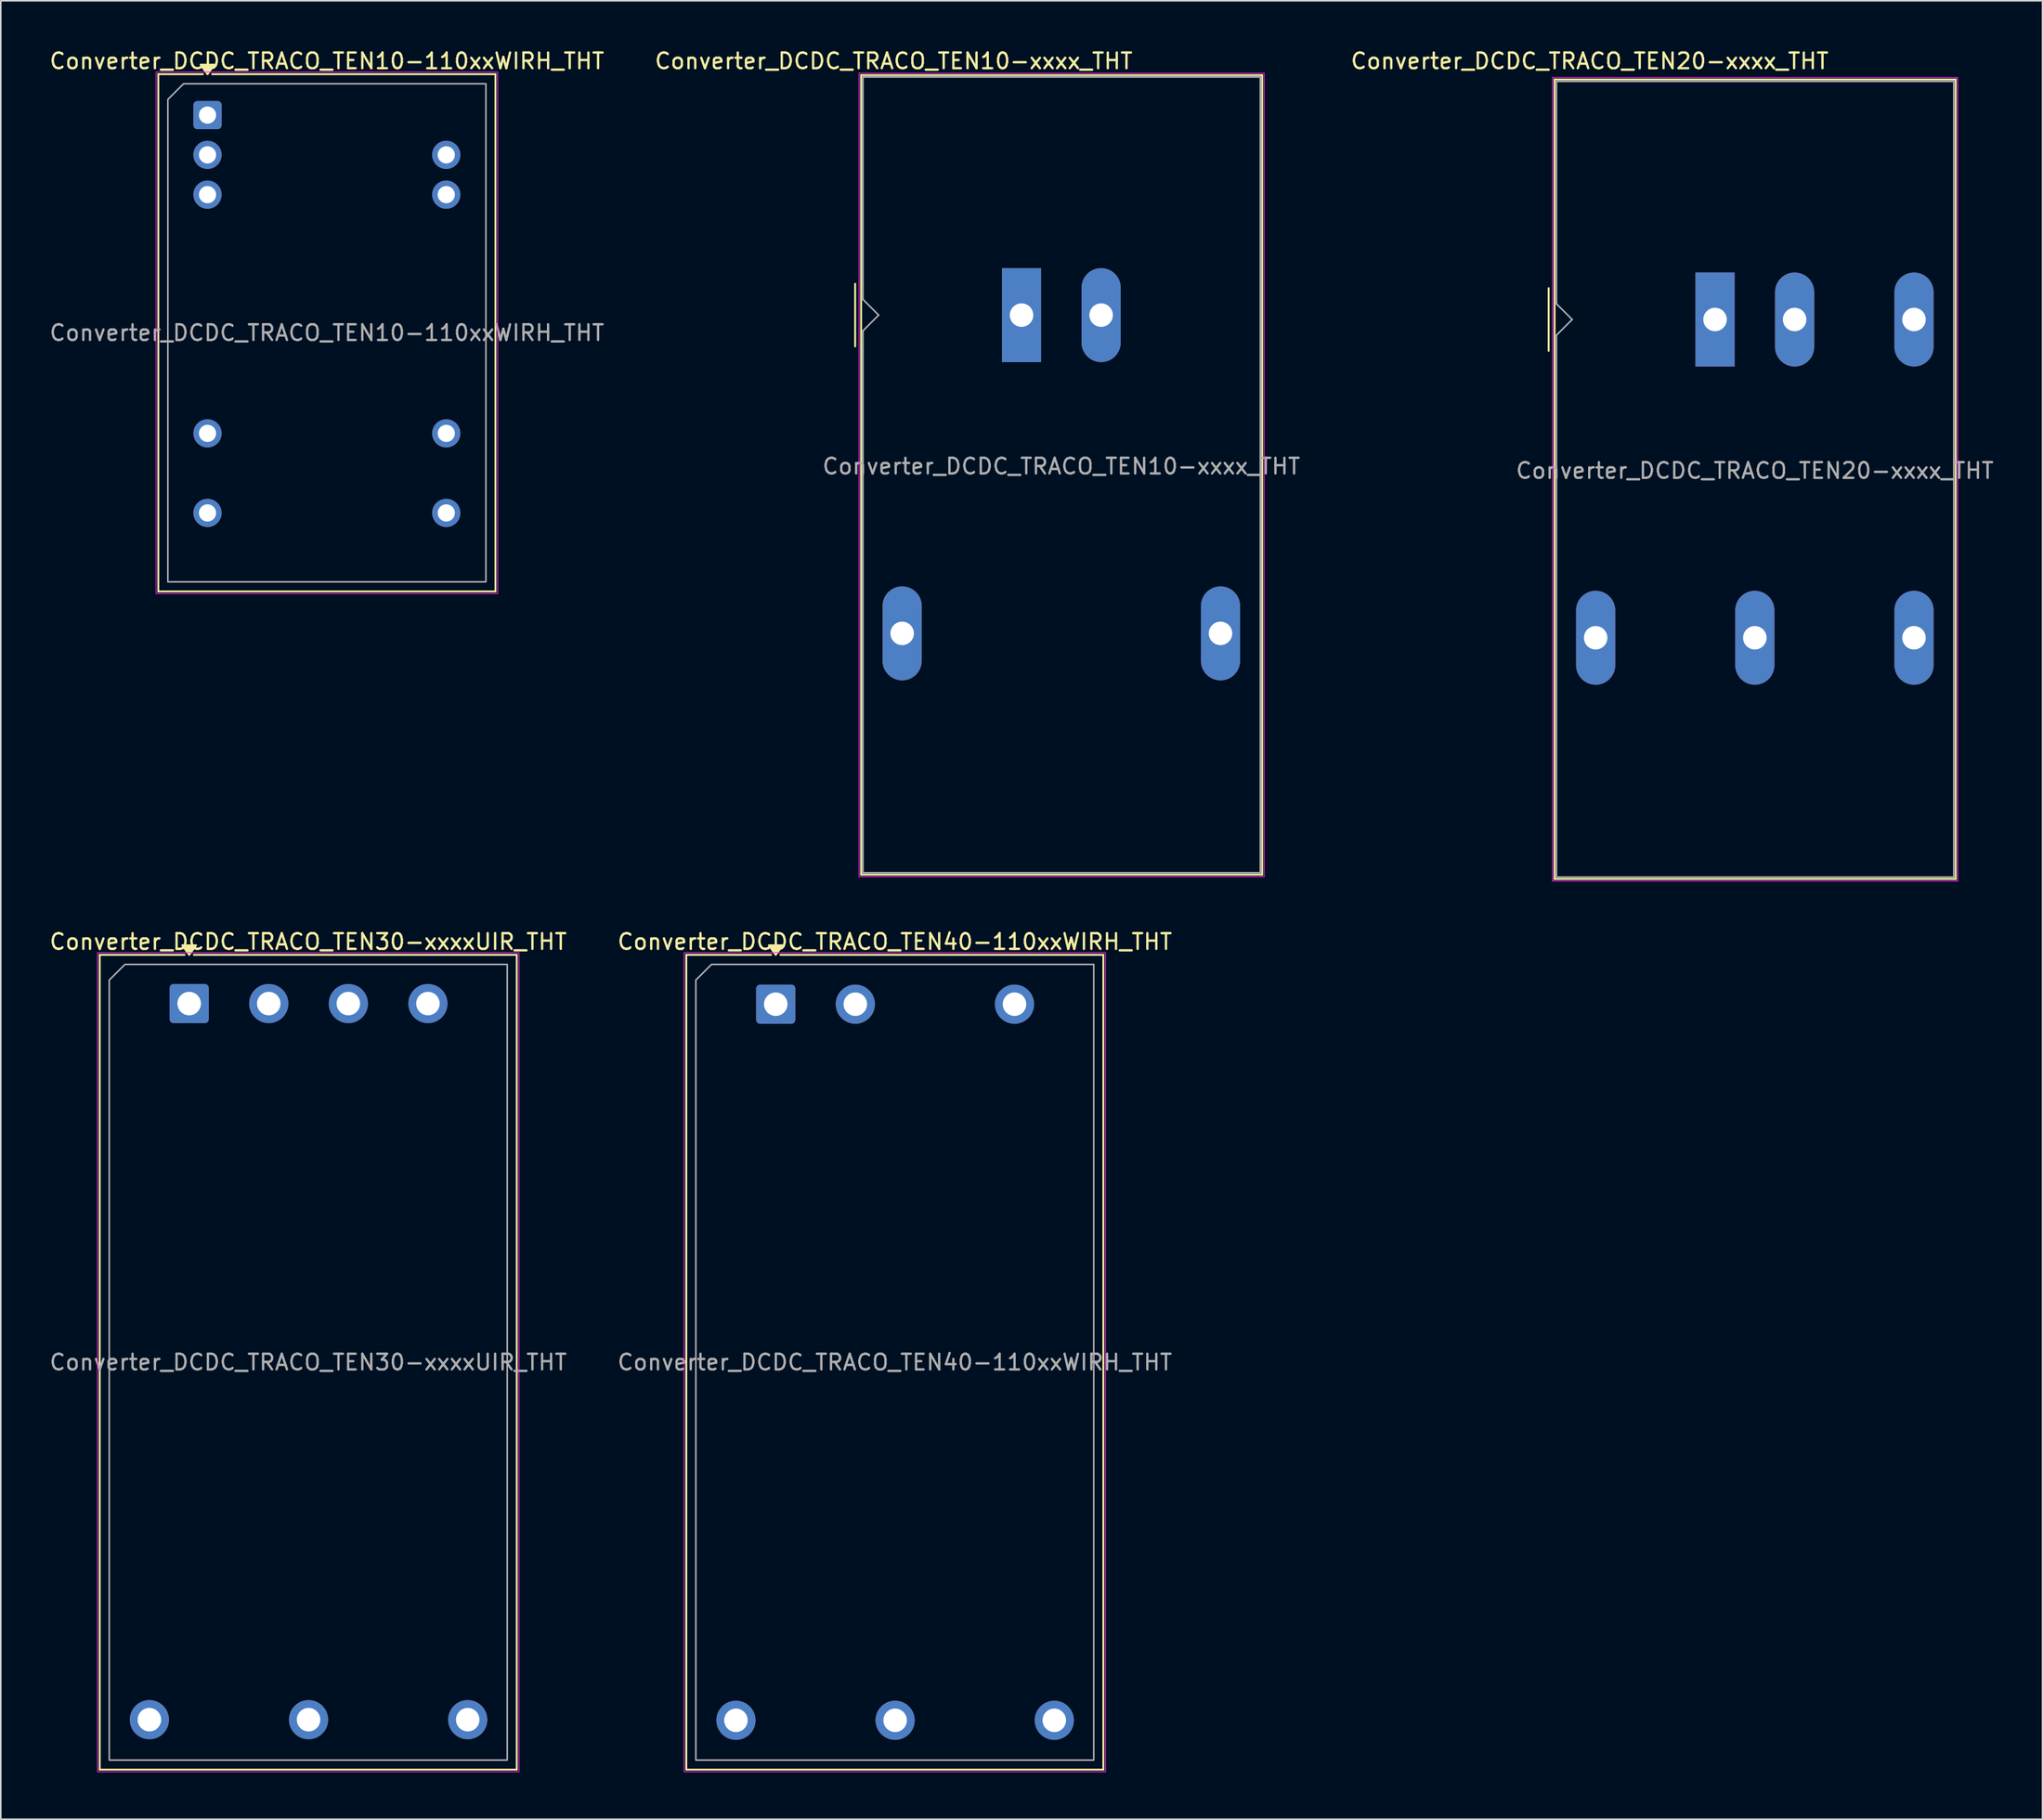
<source format=kicad_pcb>
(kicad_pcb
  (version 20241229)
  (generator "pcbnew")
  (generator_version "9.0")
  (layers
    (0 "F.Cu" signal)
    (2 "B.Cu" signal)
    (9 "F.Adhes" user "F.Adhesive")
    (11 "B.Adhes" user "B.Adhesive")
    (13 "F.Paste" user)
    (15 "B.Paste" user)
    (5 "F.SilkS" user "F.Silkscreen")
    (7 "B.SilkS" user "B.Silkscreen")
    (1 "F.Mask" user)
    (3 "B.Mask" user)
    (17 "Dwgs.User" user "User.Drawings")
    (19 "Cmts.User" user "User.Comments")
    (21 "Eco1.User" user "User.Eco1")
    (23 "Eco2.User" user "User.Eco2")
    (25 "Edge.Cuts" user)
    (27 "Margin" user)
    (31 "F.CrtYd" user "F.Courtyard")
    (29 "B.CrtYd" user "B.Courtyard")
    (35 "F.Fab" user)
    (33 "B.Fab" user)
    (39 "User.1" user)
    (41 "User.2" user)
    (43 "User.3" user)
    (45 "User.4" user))
  (footprint "Converter_DCDC_TRACO_TEN20-xxxx_THT"
    (layer "F.Cu")
    (at 106.42 17.348)
    (property "Reference" "Converter_DCDC_TRACO_TEN20-xxxx_THT" (at -8 -16.5 180) (layer "F.SilkS") (effects (font (size 1 1) (thickness 0.15))))
    (attr through_hole)
    (fp_line (start -10.62 -2) (end -10.62 2) (stroke (width 0.12) (type solid)) (layer "F.SilkS"))
    (fp_line (start -10.24 -15.32) (end 15.36 -15.32) (stroke (width 0.12) (type solid)) (layer "F.SilkS"))
    (fp_line (start -10.24 35.72) (end -10.24 -15.32) (stroke (width 0.12) (type solid)) (layer "F.SilkS"))
    (fp_line (start 15.36 -15.32) (end 15.36 35.72) (stroke (width 0.12) (type solid)) (layer "F.SilkS"))
    (fp_line (start 15.36 35.72) (end -10.24 35.72) (stroke (width 0.12) (type solid)) (layer "F.SilkS"))
    (fp_line (start -10.37 -15.45) (end 15.49 -15.45) (stroke (width 0.05) (type solid)) (layer "F.CrtYd"))
    (fp_line (start -10.37 35.85) (end -10.37 -15.45) (stroke (width 0.05) (type solid)) (layer "F.CrtYd"))
    (fp_line (start -10.37 35.85) (end 15.49 35.85) (stroke (width 0.05) (type solid)) (layer "F.CrtYd"))
    (fp_line (start 15.49 35.85) (end 15.49 -15.45) (stroke (width 0.05) (type solid)) (layer "F.CrtYd"))
    (fp_line (start -10.12 -1) (end -10.12 -15.2) (stroke (width 0.1) (type solid)) (layer "F.Fab"))
    (fp_line (start -10.12 1) (end -10.12 35.6) (stroke (width 0.1) (type solid)) (layer "F.Fab"))
    (fp_line (start -10.12 1) (end -9.12 0) (stroke (width 0.1) (type solid)) (layer "F.Fab"))
    (fp_line (start -10.12 35.6) (end 15.24 35.6) (stroke (width 0.1) (type solid)) (layer "F.Fab"))
    (fp_line (start -9.12 0) (end -10.12 -1) (stroke (width 0.1) (type solid)) (layer "F.Fab"))
    (fp_line (start 15.24 -15.2) (end -10.12 -15.2) (stroke (width 0.1) (type solid)) (layer "F.Fab"))
    (fp_line (start 15.24 35.6) (end 15.24 -15.2) (stroke (width 0.1) (type solid)) (layer "F.Fab"))
    (fp_text user "${REFERENCE}" (at 2.54 9.652 0) (layer "F.Fab") (effects (font (size 1 1) (thickness 0.15))))
    (pad "1" thru_hole rect (at 0 0 90) (size 6 2.5) (drill 1.5) (layers "*.Cu" "*.Mask"))
    (pad "2" thru_hole oval (at 5.08 0 90) (size 6 2.5) (drill 1.5) (layers "*.Cu" "*.Mask"))
    (pad "3" thru_hole oval (at -7.62 20.32 90) (size 6 2.5) (drill 1.5) (layers "*.Cu" "*.Mask"))
    (pad "4" thru_hole oval (at 2.54 20.32 90) (size 6 2.5) (drill 1.5) (layers "*.Cu" "*.Mask"))
    (pad "5" thru_hole oval (at 12.7 20.32 90) (size 6 2.5) (drill 1.5) (layers "*.Cu" "*.Mask"))
    (pad "6" thru_hole oval (at 12.7 0 90) (size 6 2.5) (drill 1.5) (layers "*.Cu" "*.Mask")))
  (footprint "Converter_DCDC_TRACO_TEN40-110xxWIRH_THT"
    (layer "F.Cu")
    (at 46.465 61.062)
    (property "Reference" "Converter_DCDC_TRACO_TEN40-110xxWIRH_THT" (at 7.6 -3.99 0) (layer "F.SilkS") (effects (font (size 1 1) (thickness 0.15))))
    (attr through_hole)
    (fp_line (start -5.71 -3.15) (end -0.296 -3.15) (stroke (width 0.12) (type solid)) (layer "F.SilkS"))
    (fp_line (start -5.71 48.87) (end -5.71 -3.15) (stroke (width 0.12) (type solid)) (layer "F.SilkS"))
    (fp_line (start 0.296 -3.15) (end 20.91 -3.15) (stroke (width 0.12) (type solid)) (layer "F.SilkS"))
    (fp_line (start 20.91 -3.15) (end 20.91 48.87) (stroke (width 0.12) (type solid)) (layer "F.SilkS"))
    (fp_line (start 20.91 48.87) (end -5.71 48.87) (stroke (width 0.12) (type solid)) (layer "F.SilkS"))
    (fp_poly (pts (xy 0 -3.15) (xy -0.44 -3.76) (xy 0.44 -3.76)) (stroke (width 0.12) (type solid)) (fill yes) (layer "F.SilkS"))
    (fp_rect (start -5.85 -3.29) (end 21.05 49.01) (stroke (width 0.05) (type solid)) (fill no) (layer "F.CrtYd"))
    (fp_poly (pts (xy -5.1 -1.54) (xy -5.1 48.26) (xy 20.3 48.26) (xy 20.3 -2.54) (xy -4.1 -2.54)) (stroke (width 0.1) (type solid)) (fill no) (layer "F.Fab"))
    (fp_text user "${REFERENCE}" (at 7.6 22.86 0) (layer "F.Fab") (effects (font (size 1 1) (thickness 0.15))))
    (pad "1" thru_hole roundrect (at 0 0) (size 2.5 2.5) (drill 1.5) (layers "*.Cu" "*.Mask") (roundrect_rratio 0.1))
    (pad "2" thru_hole circle (at 5.08 0) (size 2.5 2.5) (drill 1.5) (layers "*.Cu" "*.Mask"))
    (pad "3" thru_hole circle (at 15.24 0) (size 2.5 2.5) (drill 1.5) (layers "*.Cu" "*.Mask"))
    (pad "4" thru_hole circle (at -2.54 45.72) (size 2.5 2.5) (drill 1.5) (layers "*.Cu" "*.Mask"))
    (pad "5" thru_hole circle (at 7.62 45.72) (size 2.5 2.5) (drill 1.5) (layers "*.Cu" "*.Mask"))
    (pad "6" thru_hole circle (at 17.78 45.72) (size 2.5 2.5) (drill 1.5) (layers "*.Cu" "*.Mask")))
  (footprint "Converter_DCDC_TRACO_TEN30-xxxxUIR_THT"
    (layer "F.Cu")
    (at 9.025 61.022)
    (property "Reference" "Converter_DCDC_TRACO_TEN30-xxxxUIR_THT" (at 7.6 -3.95 0) (layer "F.SilkS") (effects (font (size 1 1) (thickness 0.15))))
    (attr through_hole)
    (fp_line (start -5.71 -3.11) (end -0.296 -3.11) (stroke (width 0.12) (type solid)) (layer "F.SilkS"))
    (fp_line (start -5.71 48.91) (end -5.71 -3.11) (stroke (width 0.12) (type solid)) (layer "F.SilkS"))
    (fp_line (start 0.296 -3.11) (end 20.91 -3.11) (stroke (width 0.12) (type solid)) (layer "F.SilkS"))
    (fp_line (start 20.91 -3.11) (end 20.91 48.91) (stroke (width 0.12) (type solid)) (layer "F.SilkS"))
    (fp_line (start 20.91 48.91) (end -5.71 48.91) (stroke (width 0.12) (type solid)) (layer "F.SilkS"))
    (fp_poly (pts (xy 0 -3.11) (xy -0.44 -3.72) (xy 0.44 -3.72)) (stroke (width 0.12) (type solid)) (fill yes) (layer "F.SilkS"))
    (fp_rect (start -5.85 -3.25) (end 21.05 49.05) (stroke (width 0.05) (type solid)) (fill no) (layer "F.CrtYd"))
    (fp_poly (pts (xy -5.1 -1.5) (xy -5.1 48.3) (xy 20.3 48.3) (xy 20.3 -2.5) (xy -4.1 -2.5)) (stroke (width 0.1) (type solid)) (fill no) (layer "F.Fab"))
    (fp_text user "${REFERENCE}" (at 7.6 22.9 0) (layer "F.Fab") (effects (font (size 1 1) (thickness 0.15))))
    (pad "1" thru_hole roundrect (at 0 0) (size 2.5 2.5) (drill 1.5) (layers "*.Cu" "*.Mask") (roundrect_rratio 0.1))
    (pad "2" thru_hole circle (at 5.08 0) (size 2.5 2.5) (drill 1.5) (layers "*.Cu" "*.Mask"))
    (pad "3" thru_hole circle (at 10.16 0) (size 2.5 2.5) (drill 1.5) (layers "*.Cu" "*.Mask"))
    (pad "4" thru_hole circle (at 15.24 0) (size 2.5 2.5) (drill 1.5) (layers "*.Cu" "*.Mask"))
    (pad "5" thru_hole circle (at -2.54 45.72) (size 2.5 2.5) (drill 1.5) (layers "*.Cu" "*.Mask"))
    (pad "6" thru_hole circle (at 7.62 45.72) (size 2.5 2.5) (drill 1.5) (layers "*.Cu" "*.Mask"))
    (pad "7" thru_hole circle (at 17.78 45.72) (size 2.5 2.5) (drill 1.5) (layers "*.Cu" "*.Mask")))
  (footprint "Converter_DCDC_TRACO_TEN10-110xxWIRH_THT"
    (layer "F.Cu")
    (at 10.195 4.298)
    (property "Reference" "Converter_DCDC_TRACO_TEN10-110xxWIRH_THT" (at 7.62 -3.45 0) (layer "F.SilkS") (effects (font (size 1 1) (thickness 0.15))))
    (attr through_hole)
    (fp_line (start -3.14 -2.61) (end -0.296 -2.61) (stroke (width 0.12) (type solid)) (layer "F.SilkS"))
    (fp_line (start -3.14 30.41) (end -3.14 -2.61) (stroke (width 0.12) (type solid)) (layer "F.SilkS"))
    (fp_line (start 0.296 -2.61) (end 18.38 -2.61) (stroke (width 0.12) (type solid)) (layer "F.SilkS"))
    (fp_line (start 18.38 -2.61) (end 18.38 30.41) (stroke (width 0.12) (type solid)) (layer "F.SilkS"))
    (fp_line (start 18.38 30.41) (end -3.14 30.41) (stroke (width 0.12) (type solid)) (layer "F.SilkS"))
    (fp_poly (pts (xy 0 -2.61) (xy -0.44 -3.22) (xy 0.44 -3.22)) (stroke (width 0.12) (type solid)) (fill yes) (layer "F.SilkS"))
    (fp_rect (start -3.28 -2.75) (end 18.52 30.55) (stroke (width 0.05) (type solid)) (fill no) (layer "F.CrtYd"))
    (fp_poly (pts (xy -2.53 -1) (xy -2.53 29.8) (xy 17.77 29.8) (xy 17.77 -2) (xy -1.53 -2)) (stroke (width 0.1) (type solid)) (fill no) (layer "F.Fab"))
    (fp_text user "${REFERENCE}" (at 7.62 13.9 0) (layer "F.Fab") (effects (font (size 1 1) (thickness 0.15))))
    (pad "1" thru_hole roundrect (at 0 0) (size 1.8 1.8) (drill 1.1) (layers "*.Cu" "*.Mask") (roundrect_rratio 0.139))
    (pad "2" thru_hole circle (at 0 2.54) (size 1.8 1.8) (drill 1.1) (layers "*.Cu" "*.Mask"))
    (pad "3" thru_hole circle (at 0 5.08) (size 1.8 1.8) (drill 1.1) (layers "*.Cu" "*.Mask"))
    (pad "9" thru_hole circle (at 0 20.32) (size 1.8 1.8) (drill 1.1) (layers "*.Cu" "*.Mask"))
    (pad "11" thru_hole circle (at 0 25.4) (size 1.8 1.8) (drill 1.1) (layers "*.Cu" "*.Mask"))
    (pad "14" thru_hole circle (at 15.24 25.4) (size 1.8 1.8) (drill 1.1) (layers "*.Cu" "*.Mask"))
    (pad "16" thru_hole circle (at 15.24 20.32) (size 1.8 1.8) (drill 1.1) (layers "*.Cu" "*.Mask"))
    (pad "22" thru_hole circle (at 15.24 5.08) (size 1.8 1.8) (drill 1.1) (layers "*.Cu" "*.Mask"))
    (pad "23" thru_hole circle (at 15.24 2.54) (size 1.8 1.8) (drill 1.1) (layers "*.Cu" "*.Mask")))
  (footprint "Converter_DCDC_TRACO_TEN10-xxxx_THT"
    (layer "F.Cu")
    (at 62.154 17.068)
    (property "Reference" "Converter_DCDC_TRACO_TEN10-xxxx_THT" (at -8.16 -16.22 180) (layer "F.SilkS") (effects (font (size 1 1) (thickness 0.15))))
    (attr through_hole)
    (fp_line (start -10.62 -2) (end -10.62 2) (stroke (width 0.12) (type solid)) (layer "F.SilkS"))
    (fp_line (start -10.24 -15.32) (end 15.36 -15.32) (stroke (width 0.12) (type solid)) (layer "F.SilkS"))
    (fp_line (start -10.24 35.72) (end -10.24 -15.32) (stroke (width 0.12) (type solid)) (layer "F.SilkS"))
    (fp_line (start 15.36 -15.32) (end 15.36 35.72) (stroke (width 0.12) (type solid)) (layer "F.SilkS"))
    (fp_line (start 15.36 35.72) (end -10.24 35.72) (stroke (width 0.12) (type solid)) (layer "F.SilkS"))
    (fp_line (start -10.37 -15.45) (end 15.49 -15.45) (stroke (width 0.05) (type solid)) (layer "F.CrtYd"))
    (fp_line (start -10.37 35.85) (end -10.37 -15.45) (stroke (width 0.05) (type solid)) (layer "F.CrtYd"))
    (fp_line (start -10.37 35.85) (end 15.49 35.85) (stroke (width 0.05) (type solid)) (layer "F.CrtYd"))
    (fp_line (start 15.49 35.85) (end 15.49 -15.45) (stroke (width 0.05) (type solid)) (layer "F.CrtYd"))
    (fp_line (start -10.12 -1) (end -10.12 -15.2) (stroke (width 0.1) (type solid)) (layer "F.Fab"))
    (fp_line (start -10.12 1) (end -10.12 35.6) (stroke (width 0.1) (type solid)) (layer "F.Fab"))
    (fp_line (start -10.12 1) (end -9.12 0) (stroke (width 0.1) (type solid)) (layer "F.Fab"))
    (fp_line (start -10.12 35.6) (end 15.24 35.6) (stroke (width 0.1) (type solid)) (layer "F.Fab"))
    (fp_line (start -9.12 0) (end -10.12 -1) (stroke (width 0.1) (type solid)) (layer "F.Fab"))
    (fp_line (start 15.24 -15.2) (end -10.12 -15.2) (stroke (width 0.1) (type solid)) (layer "F.Fab"))
    (fp_line (start 15.24 35.6) (end 15.24 -15.2) (stroke (width 0.1) (type solid)) (layer "F.Fab"))
    (fp_text user "${REFERENCE}" (at 2.54 9.652 0) (layer "F.Fab") (effects (font (size 1 1) (thickness 0.15))))
    (pad "1" thru_hole rect (at 0 0 90) (size 6 2.5) (drill 1.5) (layers "*.Cu" "*.Mask"))
    (pad "2" thru_hole oval (at 5.08 0 90) (size 6 2.5) (drill 1.5) (layers "*.Cu" "*.Mask"))
    (pad "3" thru_hole oval (at -7.62 20.32 90) (size 6 2.5) (drill 1.5) (layers "*.Cu" "*.Mask"))
    (pad "5" thru_hole oval (at 12.7 20.32 90) (size 6 2.5) (drill 1.5) (layers "*.Cu" "*.Mask")))
  (gr_rect
    (start -3 -3)
    (end 127.323 113.097)
    (stroke (width 0.1) (type default))
    (fill no)
    (layer "Edge.Cuts")))
</source>
